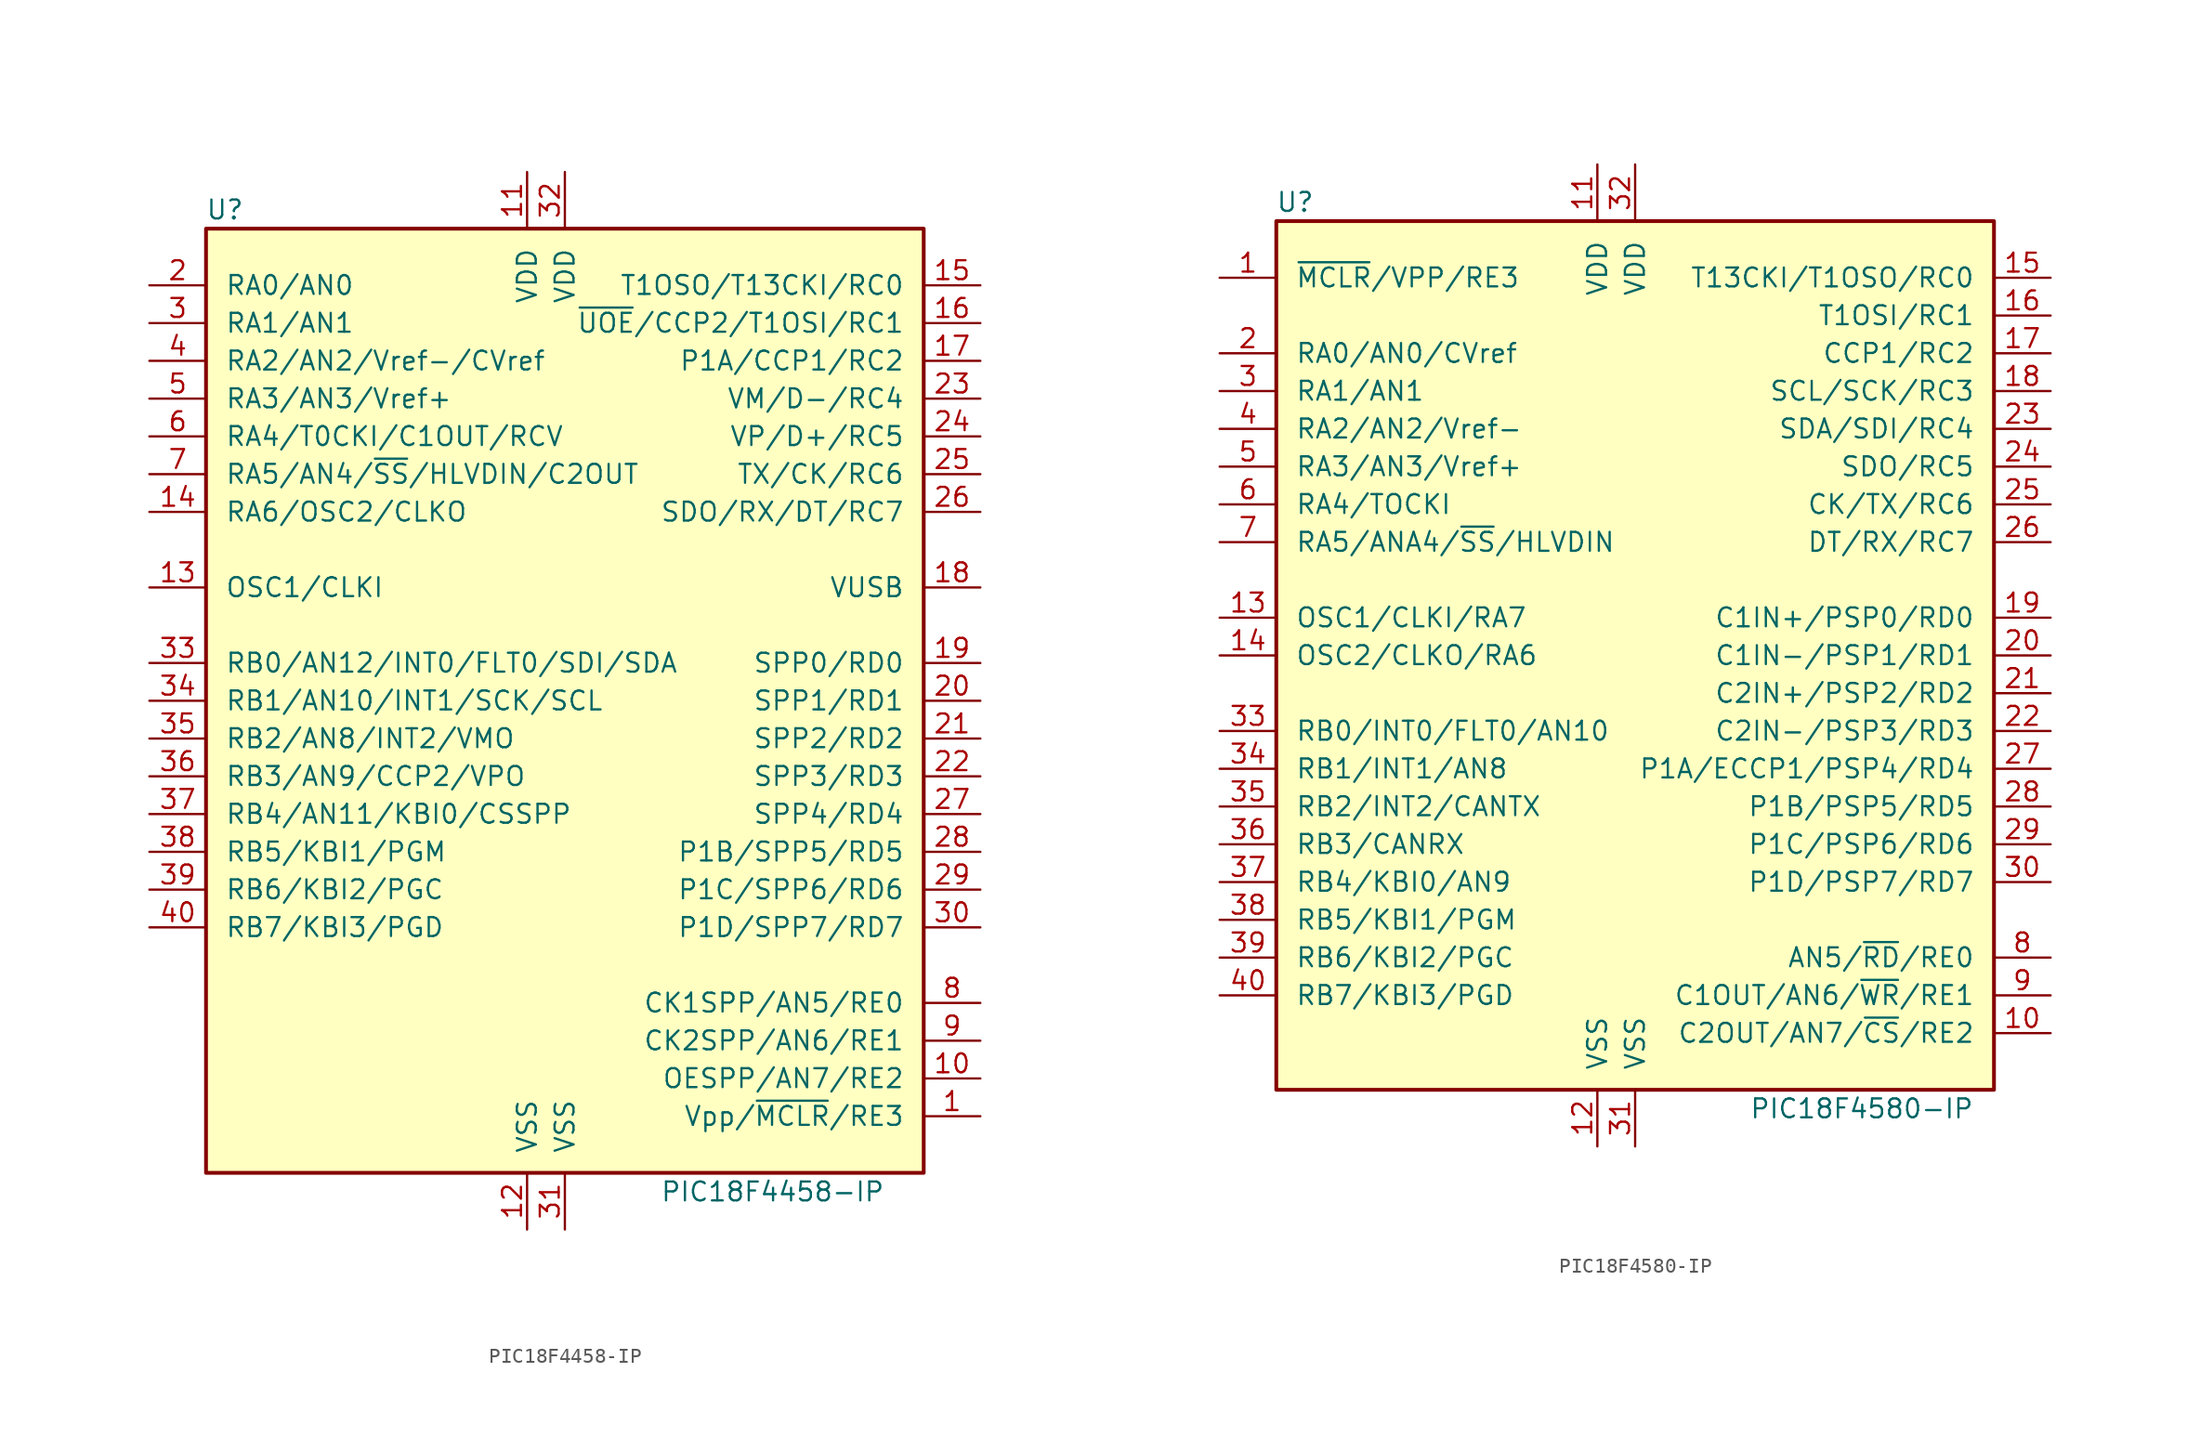
<source format=kicad_sym>
(kicad_symbol_lib
  (version 20231120)
  (generator "kicad_symbol_editor")
  (generator_version "8.0")
  (symbol "PIC18F4458-IP"
    (pin_names
      (offset 1.27))
    (property "Reference" "U"
      (at -22.86 33.02 0)
      (effects (font (size 1.27 1.27))))
    (property "Value" "PIC18F4458-IP"
      (at 13.97 -33.02 0)
      (effects (font (size 1.27 1.27))))
    (symbol "PIC18F4458-IP_0_1"
      (rectangle (start -24.13 31.75) (end 24.13 -31.75) (stroke (width 0.254) (type default)) (fill (type background))))
    (symbol "PIC18F4458-IP_1_1"
      (pin input line (at 27.94 -27.94 180) (length 3.81) (name "Vpp/~{MCLR}/RE3" (effects (font (size 1.27 1.27)))) (number "1" (effects (font (size 1.27 1.27)))))
      (pin bidirectional line (at 27.94 -25.4 180) (length 3.81) (name "OESPP/AN7/RE2" (effects (font (size 1.27 1.27)))) (number "10" (effects (font (size 1.27 1.27)))))
      (pin power_in line (at -2.54 35.56 270) (length 3.81) (name "VDD" (effects (font (size 1.27 1.27)))) (number "11" (effects (font (size 1.27 1.27)))))
      (pin power_in line (at -2.54 -35.56 90) (length 3.81) (name "VSS" (effects (font (size 1.27 1.27)))) (number "12" (effects (font (size 1.27 1.27)))))
      (pin input line (at -27.94 7.62 0) (length 3.81) (name "OSC1/CLKI" (effects (font (size 1.27 1.27)))) (number "13" (effects (font (size 1.27 1.27)))))
      (pin bidirectional line (at -27.94 12.7 0) (length 3.81) (name "RA6/OSC2/CLKO" (effects (font (size 1.27 1.27)))) (number "14" (effects (font (size 1.27 1.27)))))
      (pin bidirectional line (at 27.94 27.94 180) (length 3.81) (name "T1OSO/T13CKI/RC0" (effects (font (size 1.27 1.27)))) (number "15" (effects (font (size 1.27 1.27)))))
      (pin bidirectional line (at 27.94 25.4 180) (length 3.81) (name "~{UOE}/CCP2/T1OSI/RC1" (effects (font (size 1.27 1.27)))) (number "16" (effects (font (size 1.27 1.27)))))
      (pin bidirectional line (at 27.94 22.86 180) (length 3.81) (name "P1A/CCP1/RC2" (effects (font (size 1.27 1.27)))) (number "17" (effects (font (size 1.27 1.27)))))
      (pin bidirectional line (at 27.94 7.62 180) (length 3.81) (name "VUSB" (effects (font (size 1.27 1.27)))) (number "18" (effects (font (size 1.27 1.27)))))
      (pin bidirectional line (at 27.94 2.54 180) (length 3.81) (name "SPP0/RD0" (effects (font (size 1.27 1.27)))) (number "19" (effects (font (size 1.27 1.27)))))
      (pin bidirectional line (at -27.94 27.94 0) (length 3.81) (name "RA0/AN0" (effects (font (size 1.27 1.27)))) (number "2" (effects (font (size 1.27 1.27)))))
      (pin bidirectional line (at 27.94 0 180) (length 3.81) (name "SPP1/RD1" (effects (font (size 1.27 1.27)))) (number "20" (effects (font (size 1.27 1.27)))))
      (pin bidirectional line (at 27.94 -2.54 180) (length 3.81) (name "SPP2/RD2" (effects (font (size 1.27 1.27)))) (number "21" (effects (font (size 1.27 1.27)))))
      (pin bidirectional line (at 27.94 -5.08 180) (length 3.81) (name "SPP3/RD3" (effects (font (size 1.27 1.27)))) (number "22" (effects (font (size 1.27 1.27)))))
      (pin bidirectional line (at 27.94 20.32 180) (length 3.81) (name "VM/D-/RC4" (effects (font (size 1.27 1.27)))) (number "23" (effects (font (size 1.27 1.27)))))
      (pin bidirectional line (at 27.94 17.78 180) (length 3.81) (name "VP/D+/RC5" (effects (font (size 1.27 1.27)))) (number "24" (effects (font (size 1.27 1.27)))))
      (pin bidirectional line (at 27.94 15.24 180) (length 3.81) (name "TX/CK/RC6" (effects (font (size 1.27 1.27)))) (number "25" (effects (font (size 1.27 1.27)))))
      (pin bidirectional line (at 27.94 12.7 180) (length 3.81) (name "SDO/RX/DT/RC7" (effects (font (size 1.27 1.27)))) (number "26" (effects (font (size 1.27 1.27)))))
      (pin bidirectional line (at 27.94 -7.62 180) (length 3.81) (name "SPP4/RD4" (effects (font (size 1.27 1.27)))) (number "27" (effects (font (size 1.27 1.27)))))
      (pin bidirectional line (at 27.94 -10.16 180) (length 3.81) (name "P1B/SPP5/RD5" (effects (font (size 1.27 1.27)))) (number "28" (effects (font (size 1.27 1.27)))))
      (pin bidirectional line (at 27.94 -12.7 180) (length 3.81) (name "P1C/SPP6/RD6" (effects (font (size 1.27 1.27)))) (number "29" (effects (font (size 1.27 1.27)))))
      (pin bidirectional line (at -27.94 25.4 0) (length 3.81) (name "RA1/AN1" (effects (font (size 1.27 1.27)))) (number "3" (effects (font (size 1.27 1.27)))))
      (pin bidirectional line (at 27.94 -15.24 180) (length 3.81) (name "P1D/SPP7/RD7" (effects (font (size 1.27 1.27)))) (number "30" (effects (font (size 1.27 1.27)))))
      (pin power_in line (at 0 -35.56 90) (length 3.81) (name "VSS" (effects (font (size 1.27 1.27)))) (number "31" (effects (font (size 1.27 1.27)))))
      (pin power_in line (at 0 35.56 270) (length 3.81) (name "VDD" (effects (font (size 1.27 1.27)))) (number "32" (effects (font (size 1.27 1.27)))))
      (pin bidirectional line (at -27.94 2.54 0) (length 3.81) (name "RB0/AN12/INT0/FLT0/SDI/SDA" (effects (font (size 1.27 1.27)))) (number "33" (effects (font (size 1.27 1.27)))))
      (pin bidirectional line (at -27.94 0 0) (length 3.81) (name "RB1/AN10/INT1/SCK/SCL" (effects (font (size 1.27 1.27)))) (number "34" (effects (font (size 1.27 1.27)))))
      (pin bidirectional line (at -27.94 -2.54 0) (length 3.81) (name "RB2/AN8/INT2/VMO" (effects (font (size 1.27 1.27)))) (number "35" (effects (font (size 1.27 1.27)))))
      (pin bidirectional line (at -27.94 -5.08 0) (length 3.81) (name "RB3/AN9/CCP2/VPO" (effects (font (size 1.27 1.27)))) (number "36" (effects (font (size 1.27 1.27)))))
      (pin bidirectional line (at -27.94 -7.62 0) (length 3.81) (name "RB4/AN11/KBI0/CSSPP" (effects (font (size 1.27 1.27)))) (number "37" (effects (font (size 1.27 1.27)))))
      (pin bidirectional line (at -27.94 -10.16 0) (length 3.81) (name "RB5/KBI1/PGM" (effects (font (size 1.27 1.27)))) (number "38" (effects (font (size 1.27 1.27)))))
      (pin bidirectional line (at -27.94 -12.7 0) (length 3.81) (name "RB6/KBI2/PGC" (effects (font (size 1.27 1.27)))) (number "39" (effects (font (size 1.27 1.27)))))
      (pin bidirectional line (at -27.94 22.86 0) (length 3.81) (name "RA2/AN2/Vref-/CVref" (effects (font (size 1.27 1.27)))) (number "4" (effects (font (size 1.27 1.27)))))
      (pin bidirectional line (at -27.94 -15.24 0) (length 3.81) (name "RB7/KBI3/PGD" (effects (font (size 1.27 1.27)))) (number "40" (effects (font (size 1.27 1.27)))))
      (pin bidirectional line (at -27.94 20.32 0) (length 3.81) (name "RA3/AN3/Vref+" (effects (font (size 1.27 1.27)))) (number "5" (effects (font (size 1.27 1.27)))))
      (pin bidirectional line (at -27.94 17.78 0) (length 3.81) (name "RA4/T0CKI/C1OUT/RCV" (effects (font (size 1.27 1.27)))) (number "6" (effects (font (size 1.27 1.27)))))
      (pin bidirectional line (at -27.94 15.24 0) (length 3.81) (name "RA5/AN4/~{SS}/HLVDIN/C2OUT" (effects (font (size 1.27 1.27)))) (number "7" (effects (font (size 1.27 1.27)))))
      (pin bidirectional line (at 27.94 -20.32 180) (length 3.81) (name "CK1SPP/AN5/RE0" (effects (font (size 1.27 1.27)))) (number "8" (effects (font (size 1.27 1.27)))))
      (pin bidirectional line (at 27.94 -22.86 180) (length 3.81) (name "CK2SPP/AN6/RE1" (effects (font (size 1.27 1.27)))) (number "9" (effects (font (size 1.27 1.27)))))))
  (symbol "PIC18F4580-IP"
    (pin_names
      (offset 1.27))
    (property "Reference" "U"
      (at -22.86 30.48 0)
      (effects (font (size 1.27 1.27))))
    (property "Value" "PIC18F4580-IP"
      (at 15.24 -30.48 0)
      (effects (font (size 1.27 1.27))))
    (symbol "PIC18F4580-IP_0_1"
      (rectangle (start -24.13 -29.21) (end 24.13 29.21) (stroke (width 0.254) (type default)) (fill (type background))))
    (symbol "PIC18F4580-IP_1_1"
      (pin input line (at -27.94 25.4 0) (length 3.81) (name "~{MCLR}/VPP/RE3" (effects (font (size 1.27 1.27)))) (number "1" (effects (font (size 1.27 1.27)))))
      (pin bidirectional line (at 27.94 -25.4 180) (length 3.81) (name "C2OUT/AN7/~{CS}/RE2" (effects (font (size 1.27 1.27)))) (number "10" (effects (font (size 1.27 1.27)))))
      (pin power_in line (at -2.54 33.02 270) (length 3.81) (name "VDD" (effects (font (size 1.27 1.27)))) (number "11" (effects (font (size 1.27 1.27)))))
      (pin power_in line (at -2.54 -33.02 90) (length 3.81) (name "VSS" (effects (font (size 1.27 1.27)))) (number "12" (effects (font (size 1.27 1.27)))))
      (pin input line (at -27.94 2.54 0) (length 3.81) (name "OSC1/CLKI/RA7" (effects (font (size 1.27 1.27)))) (number "13" (effects (font (size 1.27 1.27)))))
      (pin output line (at -27.94 0 0) (length 3.81) (name "OSC2/CLKO/RA6" (effects (font (size 1.27 1.27)))) (number "14" (effects (font (size 1.27 1.27)))))
      (pin bidirectional line (at 27.94 25.4 180) (length 3.81) (name "T13CKI/T1OSO/RC0" (effects (font (size 1.27 1.27)))) (number "15" (effects (font (size 1.27 1.27)))))
      (pin bidirectional line (at 27.94 22.86 180) (length 3.81) (name "T1OSI/RC1" (effects (font (size 1.27 1.27)))) (number "16" (effects (font (size 1.27 1.27)))))
      (pin bidirectional line (at 27.94 20.32 180) (length 3.81) (name "CCP1/RC2" (effects (font (size 1.27 1.27)))) (number "17" (effects (font (size 1.27 1.27)))))
      (pin bidirectional line (at 27.94 17.78 180) (length 3.81) (name "SCL/SCK/RC3" (effects (font (size 1.27 1.27)))) (number "18" (effects (font (size 1.27 1.27)))))
      (pin bidirectional line (at 27.94 2.54 180) (length 3.81) (name "C1IN+/PSP0/RD0" (effects (font (size 1.27 1.27)))) (number "19" (effects (font (size 1.27 1.27)))))
      (pin bidirectional line (at -27.94 20.32 0) (length 3.81) (name "RA0/AN0/CVref" (effects (font (size 1.27 1.27)))) (number "2" (effects (font (size 1.27 1.27)))))
      (pin bidirectional line (at 27.94 0 180) (length 3.81) (name "C1IN-/PSP1/RD1" (effects (font (size 1.27 1.27)))) (number "20" (effects (font (size 1.27 1.27)))))
      (pin bidirectional line (at 27.94 -2.54 180) (length 3.81) (name "C2IN+/PSP2/RD2" (effects (font (size 1.27 1.27)))) (number "21" (effects (font (size 1.27 1.27)))))
      (pin bidirectional line (at 27.94 -5.08 180) (length 3.81) (name "C2IN-/PSP3/RD3" (effects (font (size 1.27 1.27)))) (number "22" (effects (font (size 1.27 1.27)))))
      (pin bidirectional line (at 27.94 15.24 180) (length 3.81) (name "SDA/SDI/RC4" (effects (font (size 1.27 1.27)))) (number "23" (effects (font (size 1.27 1.27)))))
      (pin bidirectional line (at 27.94 12.7 180) (length 3.81) (name "SDO/RC5" (effects (font (size 1.27 1.27)))) (number "24" (effects (font (size 1.27 1.27)))))
      (pin bidirectional line (at 27.94 10.16 180) (length 3.81) (name "CK/TX/RC6" (effects (font (size 1.27 1.27)))) (number "25" (effects (font (size 1.27 1.27)))))
      (pin bidirectional line (at 27.94 7.62 180) (length 3.81) (name "DT/RX/RC7" (effects (font (size 1.27 1.27)))) (number "26" (effects (font (size 1.27 1.27)))))
      (pin bidirectional line (at 27.94 -7.62 180) (length 3.81) (name "P1A/ECCP1/PSP4/RD4" (effects (font (size 1.27 1.27)))) (number "27" (effects (font (size 1.27 1.27)))))
      (pin bidirectional line (at 27.94 -10.16 180) (length 3.81) (name "P1B/PSP5/RD5" (effects (font (size 1.27 1.27)))) (number "28" (effects (font (size 1.27 1.27)))))
      (pin bidirectional line (at 27.94 -12.7 180) (length 3.81) (name "P1C/PSP6/RD6" (effects (font (size 1.27 1.27)))) (number "29" (effects (font (size 1.27 1.27)))))
      (pin bidirectional line (at -27.94 17.78 0) (length 3.81) (name "RA1/AN1" (effects (font (size 1.27 1.27)))) (number "3" (effects (font (size 1.27 1.27)))))
      (pin bidirectional line (at 27.94 -15.24 180) (length 3.81) (name "P1D/PSP7/RD7" (effects (font (size 1.27 1.27)))) (number "30" (effects (font (size 1.27 1.27)))))
      (pin power_in line (at 0 -33.02 90) (length 3.81) (name "VSS" (effects (font (size 1.27 1.27)))) (number "31" (effects (font (size 1.27 1.27)))))
      (pin power_in line (at 0 33.02 270) (length 3.81) (name "VDD" (effects (font (size 1.27 1.27)))) (number "32" (effects (font (size 1.27 1.27)))))
      (pin bidirectional line (at -27.94 -5.08 0) (length 3.81) (name "RB0/INT0/FLT0/AN10" (effects (font (size 1.27 1.27)))) (number "33" (effects (font (size 1.27 1.27)))))
      (pin bidirectional line (at -27.94 -7.62 0) (length 3.81) (name "RB1/INT1/AN8" (effects (font (size 1.27 1.27)))) (number "34" (effects (font (size 1.27 1.27)))))
      (pin bidirectional line (at -27.94 -10.16 0) (length 3.81) (name "RB2/INT2/CANTX" (effects (font (size 1.27 1.27)))) (number "35" (effects (font (size 1.27 1.27)))))
      (pin bidirectional line (at -27.94 -12.7 0) (length 3.81) (name "RB3/CANRX" (effects (font (size 1.27 1.27)))) (number "36" (effects (font (size 1.27 1.27)))))
      (pin bidirectional line (at -27.94 -15.24 0) (length 3.81) (name "RB4/KBI0/AN9" (effects (font (size 1.27 1.27)))) (number "37" (effects (font (size 1.27 1.27)))))
      (pin bidirectional line (at -27.94 -17.78 0) (length 3.81) (name "RB5/KBI1/PGM" (effects (font (size 1.27 1.27)))) (number "38" (effects (font (size 1.27 1.27)))))
      (pin bidirectional line (at -27.94 -20.32 0) (length 3.81) (name "RB6/KBI2/PGC" (effects (font (size 1.27 1.27)))) (number "39" (effects (font (size 1.27 1.27)))))
      (pin bidirectional line (at -27.94 15.24 0) (length 3.81) (name "RA2/AN2/Vref-" (effects (font (size 1.27 1.27)))) (number "4" (effects (font (size 1.27 1.27)))))
      (pin bidirectional line (at -27.94 -22.86 0) (length 3.81) (name "RB7/KBI3/PGD" (effects (font (size 1.27 1.27)))) (number "40" (effects (font (size 1.27 1.27)))))
      (pin bidirectional line (at -27.94 12.7 0) (length 3.81) (name "RA3/AN3/Vref+" (effects (font (size 1.27 1.27)))) (number "5" (effects (font (size 1.27 1.27)))))
      (pin bidirectional line (at -27.94 10.16 0) (length 3.81) (name "RA4/TOCKI" (effects (font (size 1.27 1.27)))) (number "6" (effects (font (size 1.27 1.27)))))
      (pin bidirectional line (at -27.94 7.62 0) (length 3.81) (name "RA5/ANA4/~{SS}/HLVDIN" (effects (font (size 1.27 1.27)))) (number "7" (effects (font (size 1.27 1.27)))))
      (pin bidirectional line (at 27.94 -20.32 180) (length 3.81) (name "AN5/~{RD}/RE0" (effects (font (size 1.27 1.27)))) (number "8" (effects (font (size 1.27 1.27)))))
      (pin bidirectional line (at 27.94 -22.86 180) (length 3.81) (name "C1OUT/AN6/~{WR}/RE1" (effects (font (size 1.27 1.27)))) (number "9" (effects (font (size 1.27 1.27))))))))
</source>
